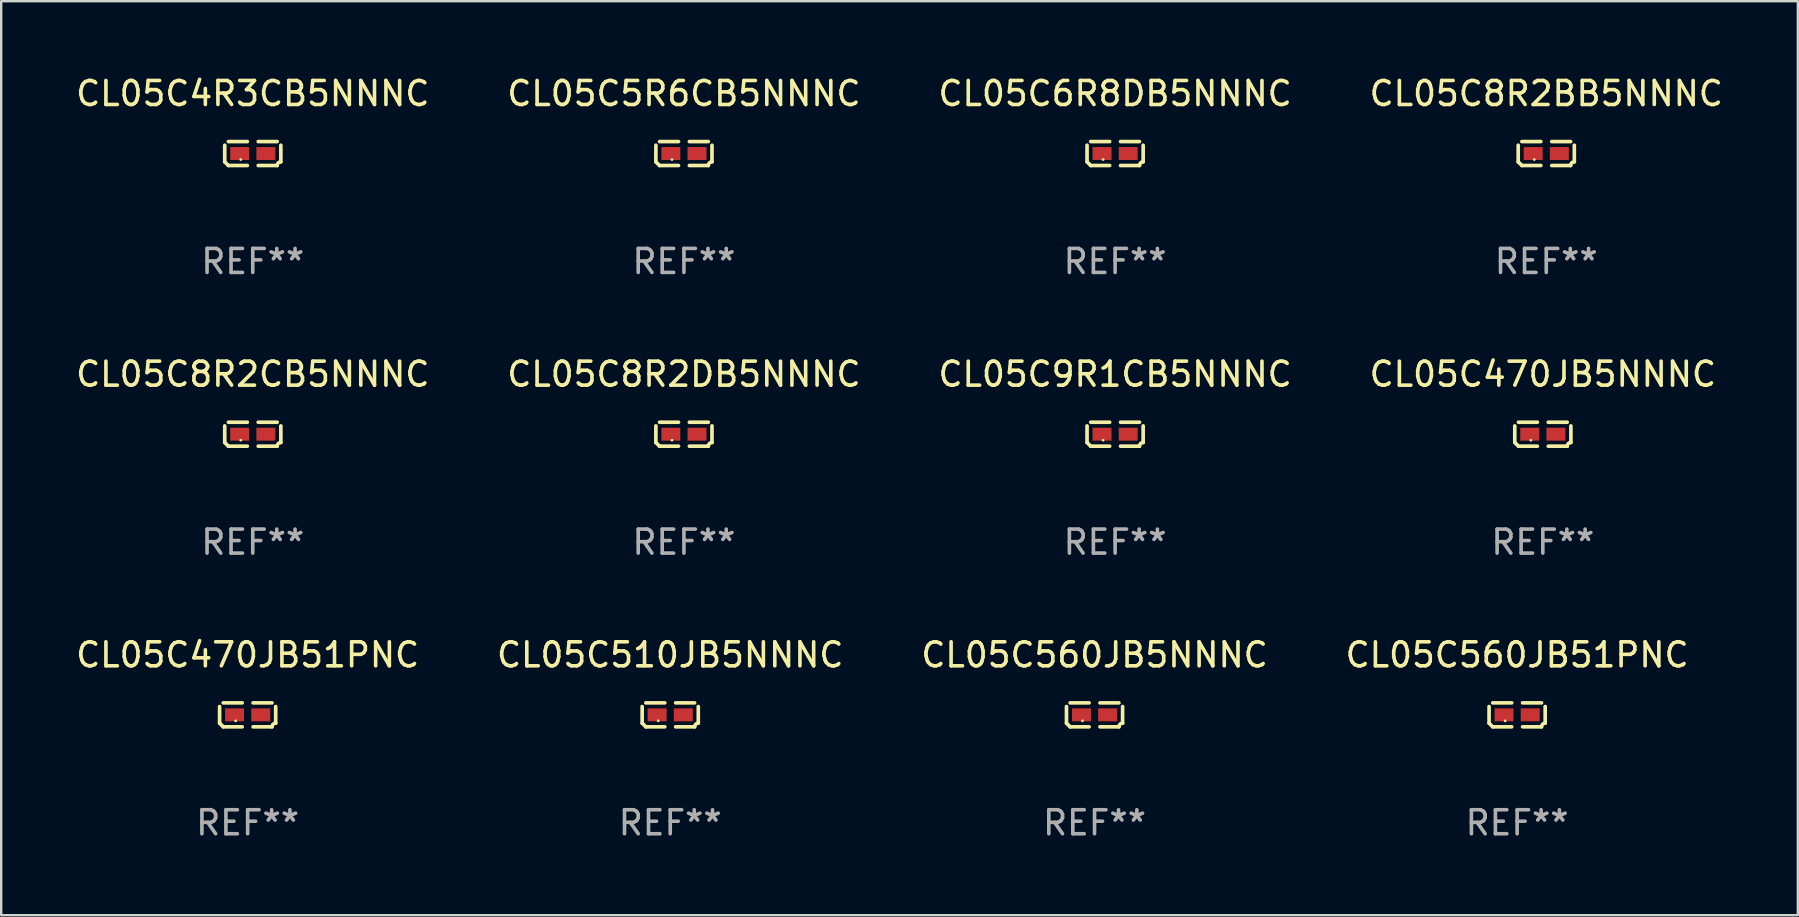
<source format=kicad_pcb>
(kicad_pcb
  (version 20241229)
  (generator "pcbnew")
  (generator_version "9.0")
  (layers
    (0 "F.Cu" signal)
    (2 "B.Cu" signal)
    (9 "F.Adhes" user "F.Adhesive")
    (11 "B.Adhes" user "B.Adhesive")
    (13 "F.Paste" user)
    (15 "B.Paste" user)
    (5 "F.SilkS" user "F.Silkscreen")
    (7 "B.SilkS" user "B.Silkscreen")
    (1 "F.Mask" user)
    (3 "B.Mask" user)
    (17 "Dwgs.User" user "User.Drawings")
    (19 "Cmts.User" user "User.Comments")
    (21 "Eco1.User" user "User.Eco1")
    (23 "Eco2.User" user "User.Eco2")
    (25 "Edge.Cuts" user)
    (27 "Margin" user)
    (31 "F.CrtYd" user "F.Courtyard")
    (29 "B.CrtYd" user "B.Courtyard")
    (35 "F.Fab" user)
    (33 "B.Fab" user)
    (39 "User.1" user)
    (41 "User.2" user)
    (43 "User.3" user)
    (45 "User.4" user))
  (footprint "CL05C560JB51PNC"
    (layer "F.Cu")
    (at 60.161 26.734)
    (property "Reference" "CL05C560JB51PNC" (at 0 -2.499 0) (layer "F.SilkS") (effects (font (size 1 1) (thickness 0.15))))
    (attr through_hole)
    (fp_line (start -1.169 0.346) (end -1.169 -0.346) (stroke (width 0.152) (type solid)) (layer "F.SilkS"))
    (fp_line (start -1.016 -0.499) (end -0.226 -0.499) (stroke (width 0.152) (type solid)) (layer "F.SilkS"))
    (fp_line (start -0.226 0.499) (end -1.016 0.499) (stroke (width 0.152) (type solid)) (layer "F.SilkS"))
    (fp_line (start 0.226 0.499) (end 1.016 0.499) (stroke (width 0.152) (type solid)) (layer "F.SilkS"))
    (fp_line (start 1.016 -0.499) (end 0.226 -0.499) (stroke (width 0.152) (type solid)) (layer "F.SilkS"))
    (fp_line (start 1.169 0.346) (end 1.169 -0.346) (stroke (width 0.152) (type solid)) (layer "F.SilkS"))
    (fp_arc (start -1.016307 0.498603) (mid -1.092512 0.422405) (end -1.16871 0.3462) (stroke (width 0.1524) (type solid)) (layer "F.SilkS"))
    (fp_arc (start 1.016307 0.498603) (mid 1.060899 0.390758) (end 1.168707 0.346076) (stroke (width 0.1524) (type solid)) (layer "F.SilkS"))
    (fp_circle (center -0.5 0.25) (end -0.47 0.25) (stroke (width 0.06) (type solid)) (fill no) (layer "F.SilkS"))
    (fp_text user "REF**" (at 0 4.499 0) (layer "F.Fab") (effects (font (size 1 1) (thickness 0.15))))
    (pad "1" smd rect (at -0.545 0) (size 0.79 0.54) (layers "F.Cu" "F.Mask" "F.Paste"))
    (pad "2" smd rect (at 0.545 0) (size 0.79 0.54) (layers "F.Cu" "F.Mask" "F.Paste")))
  (footprint "CL05C510JB5NNNC"
    (layer "F.Cu")
    (at 24.875 26.734)
    (property "Reference" "CL05C510JB5NNNC" (at 0 -2.499 0) (layer "F.SilkS") (effects (font (size 1 1) (thickness 0.15))))
    (attr through_hole)
    (fp_line (start -1.169 0.346) (end -1.169 -0.346) (stroke (width 0.152) (type solid)) (layer "F.SilkS"))
    (fp_line (start -1.016 -0.499) (end -0.226 -0.499) (stroke (width 0.152) (type solid)) (layer "F.SilkS"))
    (fp_line (start -0.226 0.499) (end -1.016 0.499) (stroke (width 0.152) (type solid)) (layer "F.SilkS"))
    (fp_line (start 0.226 0.499) (end 1.016 0.499) (stroke (width 0.152) (type solid)) (layer "F.SilkS"))
    (fp_line (start 1.016 -0.499) (end 0.226 -0.499) (stroke (width 0.152) (type solid)) (layer "F.SilkS"))
    (fp_line (start 1.169 0.346) (end 1.169 -0.346) (stroke (width 0.152) (type solid)) (layer "F.SilkS"))
    (fp_arc (start -1.016307 0.498603) (mid -1.092512 0.422405) (end -1.16871 0.3462) (stroke (width 0.1524) (type solid)) (layer "F.SilkS"))
    (fp_arc (start 1.016307 0.498603) (mid 1.060899 0.390758) (end 1.168707 0.346076) (stroke (width 0.1524) (type solid)) (layer "F.SilkS"))
    (fp_circle (center -0.5 0.25) (end -0.47 0.25) (stroke (width 0.06) (type solid)) (fill no) (layer "F.SilkS"))
    (fp_text user "REF**" (at 0 4.499 0) (layer "F.Fab") (effects (font (size 1 1) (thickness 0.15))))
    (pad "1" smd rect (at -0.545 0) (size 0.79 0.54) (layers "F.Cu" "F.Mask" "F.Paste"))
    (pad "2" smd rect (at 0.545 0) (size 0.79 0.54) (layers "F.Cu" "F.Mask" "F.Paste")))
  (footprint "CL05C5R6CB5NNNC"
    (layer "F.Cu")
    (at 25.446 3.347)
    (property "Reference" "CL05C5R6CB5NNNC" (at 0 -2.499 0) (layer "F.SilkS") (effects (font (size 1 1) (thickness 0.15))))
    (attr through_hole)
    (fp_line (start -1.169 0.346) (end -1.169 -0.346) (stroke (width 0.152) (type solid)) (layer "F.SilkS"))
    (fp_line (start -1.016 -0.499) (end -0.226 -0.499) (stroke (width 0.152) (type solid)) (layer "F.SilkS"))
    (fp_line (start -0.226 0.499) (end -1.016 0.499) (stroke (width 0.152) (type solid)) (layer "F.SilkS"))
    (fp_line (start 0.226 0.499) (end 1.016 0.499) (stroke (width 0.152) (type solid)) (layer "F.SilkS"))
    (fp_line (start 1.016 -0.499) (end 0.226 -0.499) (stroke (width 0.152) (type solid)) (layer "F.SilkS"))
    (fp_line (start 1.169 0.346) (end 1.169 -0.346) (stroke (width 0.152) (type solid)) (layer "F.SilkS"))
    (fp_arc (start -1.016307 0.498603) (mid -1.092512 0.422405) (end -1.16871 0.3462) (stroke (width 0.1524) (type solid)) (layer "F.SilkS"))
    (fp_arc (start 1.016307 0.498603) (mid 1.060899 0.390758) (end 1.168707 0.346076) (stroke (width 0.1524) (type solid)) (layer "F.SilkS"))
    (fp_circle (center -0.5 0.25) (end -0.47 0.25) (stroke (width 0.06) (type solid)) (fill no) (layer "F.SilkS"))
    (fp_text user "REF**" (at 0 4.499 0) (layer "F.Fab") (effects (font (size 1 1) (thickness 0.15))))
    (pad "1" smd rect (at -0.545 0) (size 0.79 0.54) (layers "F.Cu" "F.Mask" "F.Paste"))
    (pad "2" smd rect (at 0.545 0) (size 0.79 0.54) (layers "F.Cu" "F.Mask" "F.Paste")))
  (footprint "CL05C9R1CB5NNNC"
    (layer "F.Cu")
    (at 43.411 15.041)
    (property "Reference" "CL05C9R1CB5NNNC" (at 0 -2.499 0) (layer "F.SilkS") (effects (font (size 1 1) (thickness 0.15))))
    (attr through_hole)
    (fp_line (start -1.169 0.346) (end -1.169 -0.346) (stroke (width 0.152) (type solid)) (layer "F.SilkS"))
    (fp_line (start -1.016 -0.499) (end -0.226 -0.499) (stroke (width 0.152) (type solid)) (layer "F.SilkS"))
    (fp_line (start -0.226 0.499) (end -1.016 0.499) (stroke (width 0.152) (type solid)) (layer "F.SilkS"))
    (fp_line (start 0.226 0.499) (end 1.016 0.499) (stroke (width 0.152) (type solid)) (layer "F.SilkS"))
    (fp_line (start 1.016 -0.499) (end 0.226 -0.499) (stroke (width 0.152) (type solid)) (layer "F.SilkS"))
    (fp_line (start 1.169 0.346) (end 1.169 -0.346) (stroke (width 0.152) (type solid)) (layer "F.SilkS"))
    (fp_arc (start -1.016307 0.498603) (mid -1.092512 0.422405) (end -1.16871 0.3462) (stroke (width 0.1524) (type solid)) (layer "F.SilkS"))
    (fp_arc (start 1.016307 0.498603) (mid 1.060899 0.390758) (end 1.168707 0.346076) (stroke (width 0.1524) (type solid)) (layer "F.SilkS"))
    (fp_circle (center -0.5 0.25) (end -0.47 0.25) (stroke (width 0.06) (type solid)) (fill no) (layer "F.SilkS"))
    (fp_text user "REF**" (at 0 4.499 0) (layer "F.Fab") (effects (font (size 1 1) (thickness 0.15))))
    (pad "1" smd rect (at -0.545 0) (size 0.79 0.54) (layers "F.Cu" "F.Mask" "F.Paste"))
    (pad "2" smd rect (at 0.545 0) (size 0.79 0.54) (layers "F.Cu" "F.Mask" "F.Paste")))
  (footprint "CL05C470JB5NNNC"
    (layer "F.Cu")
    (at 61.232 15.041)
    (property "Reference" "CL05C470JB5NNNC" (at 0 -2.499 0) (layer "F.SilkS") (effects (font (size 1 1) (thickness 0.15))))
    (attr through_hole)
    (fp_line (start -1.169 0.346) (end -1.169 -0.346) (stroke (width 0.152) (type solid)) (layer "F.SilkS"))
    (fp_line (start -1.016 -0.499) (end -0.226 -0.499) (stroke (width 0.152) (type solid)) (layer "F.SilkS"))
    (fp_line (start -0.226 0.499) (end -1.016 0.499) (stroke (width 0.152) (type solid)) (layer "F.SilkS"))
    (fp_line (start 0.226 0.499) (end 1.016 0.499) (stroke (width 0.152) (type solid)) (layer "F.SilkS"))
    (fp_line (start 1.016 -0.499) (end 0.226 -0.499) (stroke (width 0.152) (type solid)) (layer "F.SilkS"))
    (fp_line (start 1.169 0.346) (end 1.169 -0.346) (stroke (width 0.152) (type solid)) (layer "F.SilkS"))
    (fp_arc (start -1.016307 0.498603) (mid -1.092512 0.422405) (end -1.16871 0.3462) (stroke (width 0.1524) (type solid)) (layer "F.SilkS"))
    (fp_arc (start 1.016307 0.498603) (mid 1.060899 0.390758) (end 1.168707 0.346076) (stroke (width 0.1524) (type solid)) (layer "F.SilkS"))
    (fp_circle (center -0.5 0.25) (end -0.47 0.25) (stroke (width 0.06) (type solid)) (fill no) (layer "F.SilkS"))
    (fp_text user "REF**" (at 0 4.499 0) (layer "F.Fab") (effects (font (size 1 1) (thickness 0.15))))
    (pad "1" smd rect (at -0.545 0) (size 0.79 0.54) (layers "F.Cu" "F.Mask" "F.Paste"))
    (pad "2" smd rect (at 0.545 0) (size 0.79 0.54) (layers "F.Cu" "F.Mask" "F.Paste")))
  (footprint "CL05C8R2BB5NNNC"
    (layer "F.Cu")
    (at 61.375 3.347)
    (property "Reference" "CL05C8R2BB5NNNC" (at 0 -2.499 0) (layer "F.SilkS") (effects (font (size 1 1) (thickness 0.15))))
    (attr through_hole)
    (fp_line (start -1.169 0.346) (end -1.169 -0.346) (stroke (width 0.152) (type solid)) (layer "F.SilkS"))
    (fp_line (start -1.016 -0.499) (end -0.226 -0.499) (stroke (width 0.152) (type solid)) (layer "F.SilkS"))
    (fp_line (start -0.226 0.499) (end -1.016 0.499) (stroke (width 0.152) (type solid)) (layer "F.SilkS"))
    (fp_line (start 0.226 0.499) (end 1.016 0.499) (stroke (width 0.152) (type solid)) (layer "F.SilkS"))
    (fp_line (start 1.016 -0.499) (end 0.226 -0.499) (stroke (width 0.152) (type solid)) (layer "F.SilkS"))
    (fp_line (start 1.169 0.346) (end 1.169 -0.346) (stroke (width 0.152) (type solid)) (layer "F.SilkS"))
    (fp_arc (start -1.016307 0.498603) (mid -1.092512 0.422405) (end -1.16871 0.3462) (stroke (width 0.1524) (type solid)) (layer "F.SilkS"))
    (fp_arc (start 1.016307 0.498603) (mid 1.060899 0.390758) (end 1.168707 0.346076) (stroke (width 0.1524) (type solid)) (layer "F.SilkS"))
    (fp_circle (center -0.5 0.25) (end -0.47 0.25) (stroke (width 0.06) (type solid)) (fill no) (layer "F.SilkS"))
    (fp_text user "REF**" (at 0 4.499 0) (layer "F.Fab") (effects (font (size 1 1) (thickness 0.15))))
    (pad "1" smd rect (at -0.545 0) (size 0.79 0.54) (layers "F.Cu" "F.Mask" "F.Paste"))
    (pad "2" smd rect (at 0.545 0) (size 0.79 0.54) (layers "F.Cu" "F.Mask" "F.Paste")))
  (footprint "CL05C8R2CB5NNNC"
    (layer "F.Cu")
    (at 7.482 15.041)
    (property "Reference" "CL05C8R2CB5NNNC" (at 0 -2.499 0) (layer "F.SilkS") (effects (font (size 1 1) (thickness 0.15))))
    (attr through_hole)
    (fp_line (start -1.169 0.346) (end -1.169 -0.346) (stroke (width 0.152) (type solid)) (layer "F.SilkS"))
    (fp_line (start -1.016 -0.499) (end -0.226 -0.499) (stroke (width 0.152) (type solid)) (layer "F.SilkS"))
    (fp_line (start -0.226 0.499) (end -1.016 0.499) (stroke (width 0.152) (type solid)) (layer "F.SilkS"))
    (fp_line (start 0.226 0.499) (end 1.016 0.499) (stroke (width 0.152) (type solid)) (layer "F.SilkS"))
    (fp_line (start 1.016 -0.499) (end 0.226 -0.499) (stroke (width 0.152) (type solid)) (layer "F.SilkS"))
    (fp_line (start 1.169 0.346) (end 1.169 -0.346) (stroke (width 0.152) (type solid)) (layer "F.SilkS"))
    (fp_arc (start -1.016307 0.498603) (mid -1.092512 0.422405) (end -1.16871 0.3462) (stroke (width 0.1524) (type solid)) (layer "F.SilkS"))
    (fp_arc (start 1.016307 0.498603) (mid 1.060899 0.390758) (end 1.168707 0.346076) (stroke (width 0.1524) (type solid)) (layer "F.SilkS"))
    (fp_circle (center -0.5 0.25) (end -0.47 0.25) (stroke (width 0.06) (type solid)) (fill no) (layer "F.SilkS"))
    (fp_text user "REF**" (at 0 4.499 0) (layer "F.Fab") (effects (font (size 1 1) (thickness 0.15))))
    (pad "1" smd rect (at -0.545 0) (size 0.79 0.54) (layers "F.Cu" "F.Mask" "F.Paste"))
    (pad "2" smd rect (at 0.545 0) (size 0.79 0.54) (layers "F.Cu" "F.Mask" "F.Paste")))
  (footprint "CL05C560JB5NNNC"
    (layer "F.Cu")
    (at 42.554 26.734)
    (property "Reference" "CL05C560JB5NNNC" (at 0 -2.499 0) (layer "F.SilkS") (effects (font (size 1 1) (thickness 0.15))))
    (attr through_hole)
    (fp_line (start -1.169 0.346) (end -1.169 -0.346) (stroke (width 0.152) (type solid)) (layer "F.SilkS"))
    (fp_line (start -1.016 -0.499) (end -0.226 -0.499) (stroke (width 0.152) (type solid)) (layer "F.SilkS"))
    (fp_line (start -0.226 0.499) (end -1.016 0.499) (stroke (width 0.152) (type solid)) (layer "F.SilkS"))
    (fp_line (start 0.226 0.499) (end 1.016 0.499) (stroke (width 0.152) (type solid)) (layer "F.SilkS"))
    (fp_line (start 1.016 -0.499) (end 0.226 -0.499) (stroke (width 0.152) (type solid)) (layer "F.SilkS"))
    (fp_line (start 1.169 0.346) (end 1.169 -0.346) (stroke (width 0.152) (type solid)) (layer "F.SilkS"))
    (fp_arc (start -1.016307 0.498603) (mid -1.092512 0.422405) (end -1.16871 0.3462) (stroke (width 0.1524) (type solid)) (layer "F.SilkS"))
    (fp_arc (start 1.016307 0.498603) (mid 1.060899 0.390758) (end 1.168707 0.346076) (stroke (width 0.1524) (type solid)) (layer "F.SilkS"))
    (fp_circle (center -0.5 0.25) (end -0.47 0.25) (stroke (width 0.06) (type solid)) (fill no) (layer "F.SilkS"))
    (fp_text user "REF**" (at 0 4.499 0) (layer "F.Fab") (effects (font (size 1 1) (thickness 0.15))))
    (pad "1" smd rect (at -0.545 0) (size 0.79 0.54) (layers "F.Cu" "F.Mask" "F.Paste"))
    (pad "2" smd rect (at 0.545 0) (size 0.79 0.54) (layers "F.Cu" "F.Mask" "F.Paste")))
  (footprint "CL05C8R2DB5NNNC"
    (layer "F.Cu")
    (at 25.446 15.041)
    (property "Reference" "CL05C8R2DB5NNNC" (at 0 -2.499 0) (layer "F.SilkS") (effects (font (size 1 1) (thickness 0.15))))
    (attr through_hole)
    (fp_line (start -1.169 0.346) (end -1.169 -0.346) (stroke (width 0.152) (type solid)) (layer "F.SilkS"))
    (fp_line (start -1.016 -0.499) (end -0.226 -0.499) (stroke (width 0.152) (type solid)) (layer "F.SilkS"))
    (fp_line (start -0.226 0.499) (end -1.016 0.499) (stroke (width 0.152) (type solid)) (layer "F.SilkS"))
    (fp_line (start 0.226 0.499) (end 1.016 0.499) (stroke (width 0.152) (type solid)) (layer "F.SilkS"))
    (fp_line (start 1.016 -0.499) (end 0.226 -0.499) (stroke (width 0.152) (type solid)) (layer "F.SilkS"))
    (fp_line (start 1.169 0.346) (end 1.169 -0.346) (stroke (width 0.152) (type solid)) (layer "F.SilkS"))
    (fp_arc (start -1.016307 0.498603) (mid -1.092512 0.422405) (end -1.16871 0.3462) (stroke (width 0.1524) (type solid)) (layer "F.SilkS"))
    (fp_arc (start 1.016307 0.498603) (mid 1.060899 0.390758) (end 1.168707 0.346076) (stroke (width 0.1524) (type solid)) (layer "F.SilkS"))
    (fp_circle (center -0.5 0.25) (end -0.47 0.25) (stroke (width 0.06) (type solid)) (fill no) (layer "F.SilkS"))
    (fp_text user "REF**" (at 0 4.499 0) (layer "F.Fab") (effects (font (size 1 1) (thickness 0.15))))
    (pad "1" smd rect (at -0.545 0) (size 0.79 0.54) (layers "F.Cu" "F.Mask" "F.Paste"))
    (pad "2" smd rect (at 0.545 0) (size 0.79 0.54) (layers "F.Cu" "F.Mask" "F.Paste")))
  (footprint "CL05C6R8DB5NNNC"
    (layer "F.Cu")
    (at 43.411 3.347)
    (property "Reference" "CL05C6R8DB5NNNC" (at 0 -2.499 0) (layer "F.SilkS") (effects (font (size 1 1) (thickness 0.15))))
    (attr through_hole)
    (fp_line (start -1.169 0.346) (end -1.169 -0.346) (stroke (width 0.152) (type solid)) (layer "F.SilkS"))
    (fp_line (start -1.016 -0.499) (end -0.226 -0.499) (stroke (width 0.152) (type solid)) (layer "F.SilkS"))
    (fp_line (start -0.226 0.499) (end -1.016 0.499) (stroke (width 0.152) (type solid)) (layer "F.SilkS"))
    (fp_line (start 0.226 0.499) (end 1.016 0.499) (stroke (width 0.152) (type solid)) (layer "F.SilkS"))
    (fp_line (start 1.016 -0.499) (end 0.226 -0.499) (stroke (width 0.152) (type solid)) (layer "F.SilkS"))
    (fp_line (start 1.169 0.346) (end 1.169 -0.346) (stroke (width 0.152) (type solid)) (layer "F.SilkS"))
    (fp_arc (start -1.016307 0.498603) (mid -1.092512 0.422405) (end -1.16871 0.3462) (stroke (width 0.1524) (type solid)) (layer "F.SilkS"))
    (fp_arc (start 1.016307 0.498603) (mid 1.060899 0.390758) (end 1.168707 0.346076) (stroke (width 0.1524) (type solid)) (layer "F.SilkS"))
    (fp_circle (center -0.5 0.25) (end -0.47 0.25) (stroke (width 0.06) (type solid)) (fill no) (layer "F.SilkS"))
    (fp_text user "REF**" (at 0 4.499 0) (layer "F.Fab") (effects (font (size 1 1) (thickness 0.15))))
    (pad "1" smd rect (at -0.545 0) (size 0.79 0.54) (layers "F.Cu" "F.Mask" "F.Paste"))
    (pad "2" smd rect (at 0.545 0) (size 0.79 0.54) (layers "F.Cu" "F.Mask" "F.Paste")))
  (footprint "CL05C4R3CB5NNNC"
    (layer "F.Cu")
    (at 7.482 3.347)
    (property "Reference" "CL05C4R3CB5NNNC" (at 0 -2.499 0) (layer "F.SilkS") (effects (font (size 1 1) (thickness 0.15))))
    (attr through_hole)
    (fp_line (start -1.169 0.346) (end -1.169 -0.346) (stroke (width 0.152) (type solid)) (layer "F.SilkS"))
    (fp_line (start -1.016 -0.499) (end -0.226 -0.499) (stroke (width 0.152) (type solid)) (layer "F.SilkS"))
    (fp_line (start -0.226 0.499) (end -1.016 0.499) (stroke (width 0.152) (type solid)) (layer "F.SilkS"))
    (fp_line (start 0.226 0.499) (end 1.016 0.499) (stroke (width 0.152) (type solid)) (layer "F.SilkS"))
    (fp_line (start 1.016 -0.499) (end 0.226 -0.499) (stroke (width 0.152) (type solid)) (layer "F.SilkS"))
    (fp_line (start 1.169 0.346) (end 1.169 -0.346) (stroke (width 0.152) (type solid)) (layer "F.SilkS"))
    (fp_arc (start -1.016307 0.498603) (mid -1.092512 0.422405) (end -1.16871 0.3462) (stroke (width 0.1524) (type solid)) (layer "F.SilkS"))
    (fp_arc (start 1.016307 0.498603) (mid 1.060899 0.390758) (end 1.168707 0.346076) (stroke (width 0.1524) (type solid)) (layer "F.SilkS"))
    (fp_circle (center -0.5 0.25) (end -0.47 0.25) (stroke (width 0.06) (type solid)) (fill no) (layer "F.SilkS"))
    (fp_text user "REF**" (at 0 4.499 0) (layer "F.Fab") (effects (font (size 1 1) (thickness 0.15))))
    (pad "1" smd rect (at -0.545 0) (size 0.79 0.54) (layers "F.Cu" "F.Mask" "F.Paste"))
    (pad "2" smd rect (at 0.545 0) (size 0.79 0.54) (layers "F.Cu" "F.Mask" "F.Paste")))
  (footprint "CL05C470JB51PNC"
    (layer "F.Cu")
    (at 7.268 26.734)
    (property "Reference" "CL05C470JB51PNC" (at 0 -2.499 0) (layer "F.SilkS") (effects (font (size 1 1) (thickness 0.15))))
    (attr through_hole)
    (fp_line (start -1.169 0.346) (end -1.169 -0.346) (stroke (width 0.152) (type solid)) (layer "F.SilkS"))
    (fp_line (start -1.016 -0.499) (end -0.226 -0.499) (stroke (width 0.152) (type solid)) (layer "F.SilkS"))
    (fp_line (start -0.226 0.499) (end -1.016 0.499) (stroke (width 0.152) (type solid)) (layer "F.SilkS"))
    (fp_line (start 0.226 0.499) (end 1.016 0.499) (stroke (width 0.152) (type solid)) (layer "F.SilkS"))
    (fp_line (start 1.016 -0.499) (end 0.226 -0.499) (stroke (width 0.152) (type solid)) (layer "F.SilkS"))
    (fp_line (start 1.169 0.346) (end 1.169 -0.346) (stroke (width 0.152) (type solid)) (layer "F.SilkS"))
    (fp_arc (start -1.016307 0.498603) (mid -1.092512 0.422405) (end -1.16871 0.3462) (stroke (width 0.1524) (type solid)) (layer "F.SilkS"))
    (fp_arc (start 1.016307 0.498603) (mid 1.060899 0.390758) (end 1.168707 0.346076) (stroke (width 0.1524) (type solid)) (layer "F.SilkS"))
    (fp_circle (center -0.5 0.25) (end -0.47 0.25) (stroke (width 0.06) (type solid)) (fill no) (layer "F.SilkS"))
    (fp_text user "REF**" (at 0 4.499 0) (layer "F.Fab") (effects (font (size 1 1) (thickness 0.15))))
    (pad "1" smd rect (at -0.545 0) (size 0.79 0.54) (layers "F.Cu" "F.Mask" "F.Paste"))
    (pad "2" smd rect (at 0.545 0) (size 0.79 0.54) (layers "F.Cu" "F.Mask" "F.Paste")))
  (gr_rect
    (start -3 -3)
    (end 71.857 35.081)
    (stroke (width 0.1) (type default))
    (fill no)
    (layer "Edge.Cuts")))
</source>
